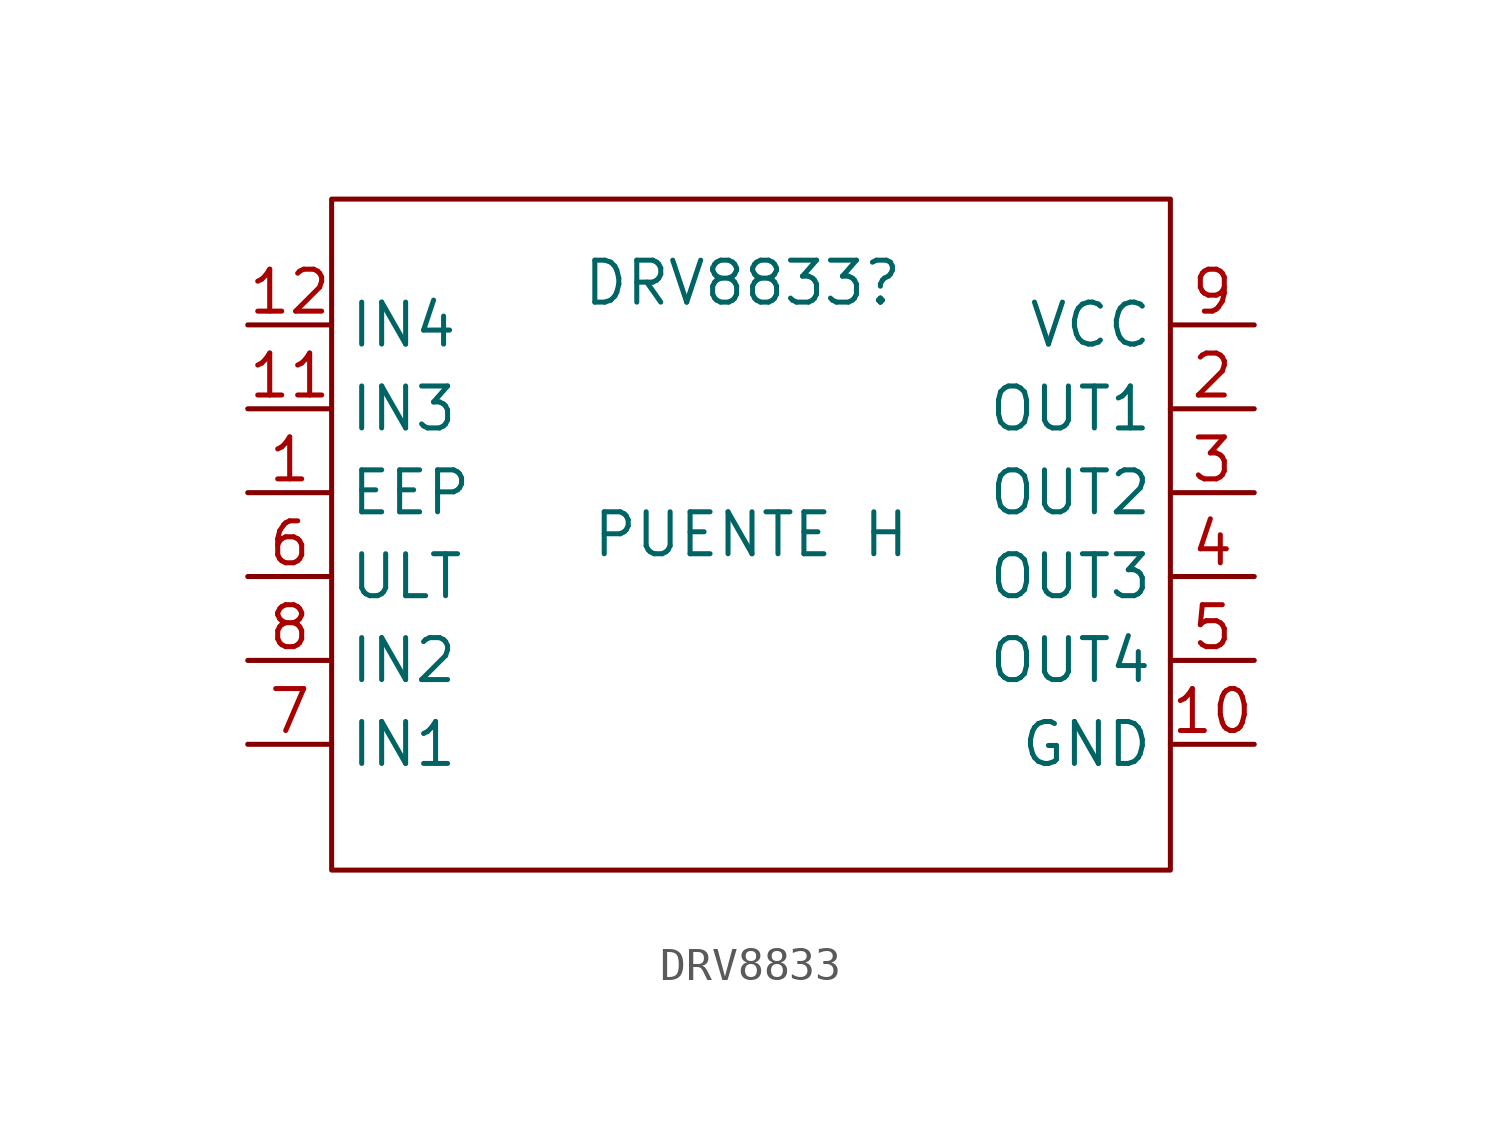
<source format=kicad_sym>
(kicad_symbol_lib
  (version 20241209)
  (generator "kicad_symbol_editor")
  (generator_version "9.0")
  (symbol "DRV8833"
    (property "Reference" "DRV8833"
      (at -0.254 7.62 0)
      (effects (font (size 1.27 1.27))))
    (property "Value" "PUENTE H"
      (at 0 0 0)
      (effects (font (size 1.27 1.27))))
    (symbol "DRV8833_0_1"
      (rectangle (start -12.7 10.16) (end 12.7 -10.16) (stroke (width 0) (type default)) (fill (type none))))
    (symbol "DRV8833_1_1"
      (pin input line (at -15.24 6.35 0) (length 2.54) (name "IN4" (effects (font (size 1.27 1.27)))) (number "12" (effects (font (size 1.27 1.27)))))
      (pin input line (at -15.24 3.81 0) (length 2.54) (name "IN3" (effects (font (size 1.27 1.27)))) (number "11" (effects (font (size 1.27 1.27)))))
      (pin input line (at -15.24 1.27 0) (length 2.54) (name "EEP" (effects (font (size 1.27 1.27)))) (number "1" (effects (font (size 1.27 1.27)))))
      (pin input line (at -15.24 -1.27 0) (length 2.54) (name "ULT" (effects (font (size 1.27 1.27)))) (number "6" (effects (font (size 1.27 1.27)))))
      (pin input line (at -15.24 -3.81 0) (length 2.54) (name "IN2" (effects (font (size 1.27 1.27)))) (number "8" (effects (font (size 1.27 1.27)))))
      (pin input line (at -15.24 -6.35 0) (length 2.54) (name "IN1" (effects (font (size 1.27 1.27)))) (number "7" (effects (font (size 1.27 1.27)))))
      (pin power_in line (at 15.24 6.35 180) (length 2.54) (name "VCC" (effects (font (size 1.27 1.27)))) (number "9" (effects (font (size 1.27 1.27)))))
      (pin input line (at 15.24 3.81 180) (length 2.54) (name "OUT1" (effects (font (size 1.27 1.27)))) (number "2" (effects (font (size 1.27 1.27)))))
      (pin input line (at 15.24 1.27 180) (length 2.54) (name "OUT2" (effects (font (size 1.27 1.27)))) (number "3" (effects (font (size 1.27 1.27)))))
      (pin input line (at 15.24 -1.27 180) (length 2.54) (name "OUT3" (effects (font (size 1.27 1.27)))) (number "4" (effects (font (size 1.27 1.27)))))
      (pin input line (at 15.24 -3.81 180) (length 2.54) (name "OUT4" (effects (font (size 1.27 1.27)))) (number "5" (effects (font (size 1.27 1.27)))))
      (pin power_in line (at 15.24 -6.35 180) (length 2.54) (name "GND" (effects (font (size 1.27 1.27)))) (number "10" (effects (font (size 1.27 1.27))))))))
</source>
